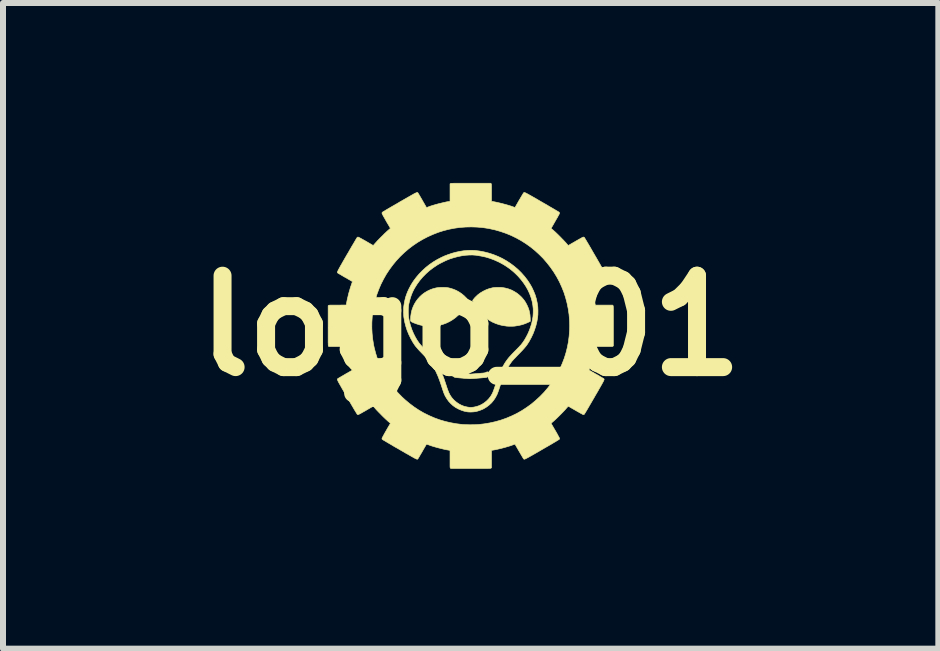
<source format=kicad_pcb>
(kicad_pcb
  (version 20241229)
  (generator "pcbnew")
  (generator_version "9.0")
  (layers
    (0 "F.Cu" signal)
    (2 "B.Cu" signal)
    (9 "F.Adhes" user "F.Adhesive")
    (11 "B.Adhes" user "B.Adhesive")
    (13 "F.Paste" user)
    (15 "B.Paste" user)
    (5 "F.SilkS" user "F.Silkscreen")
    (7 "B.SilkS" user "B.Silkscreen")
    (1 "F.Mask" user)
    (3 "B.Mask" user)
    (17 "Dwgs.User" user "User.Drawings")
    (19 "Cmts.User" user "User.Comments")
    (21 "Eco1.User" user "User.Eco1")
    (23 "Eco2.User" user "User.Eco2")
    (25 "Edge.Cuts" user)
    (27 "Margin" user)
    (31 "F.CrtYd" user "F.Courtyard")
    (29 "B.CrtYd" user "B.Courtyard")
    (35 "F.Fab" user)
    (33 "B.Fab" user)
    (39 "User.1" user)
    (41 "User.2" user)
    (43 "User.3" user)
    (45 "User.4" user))
  (footprint "logo_01"
    (layer "F.Cu")
    (at 4.797 2.381)
    (property "Reference" "logo_01" (at 0 0 0) (layer "F.SilkS") (effects (font (size 1.524 1.524) (thickness 0.3))))
    (attr through_hole)
    (fp_poly (pts (xy -0.425 -0.639) (xy -0.399 -0.637) (xy -0.373 -0.633) (xy -0.346 -0.627) (xy -0.338 -0.625) (xy -0.288 -0.609) (xy -0.24 -0.589) (xy -0.193 -0.563) (xy -0.149 -0.533) (xy -0.107 -0.498) (xy -0.069 -0.459) (xy -0.059 -0.446) (xy -0.039 -0.423) (xy -0.052 -0.393) (xy -0.079 -0.339) (xy -0.111 -0.288) (xy -0.148 -0.239) (xy -0.189 -0.193) (xy -0.206 -0.177) (xy -0.252 -0.136) (xy -0.302 -0.1) (xy -0.354 -0.069) (xy -0.409 -0.043) (xy -0.466 -0.022) (xy -0.525 -0.007) (xy -0.569 0.001) (xy -0.581 0.003) (xy -0.598 0.004) (xy -0.618 0.005) (xy -0.64 0.006) (xy -0.663 0.007) (xy -0.685 0.008) (xy -0.705 0.008) (xy -0.722 0.007) (xy -0.735 0.007) (xy -0.737 0.007) (xy -0.792 -0.001) (xy -0.848 -0.014) (xy -0.903 -0.031) (xy -0.956 -0.051) (xy -0.968 -0.057) (xy -0.982 -0.063) (xy -0.991 -0.069) (xy -0.997 -0.074) (xy -1 -0.08) (xy -1.002 -0.088) (xy -1.002 -0.099) (xy -1.002 -0.104) (xy -0.999 -0.159) (xy -0.991 -0.212) (xy -0.979 -0.263) (xy -0.961 -0.313) (xy -0.939 -0.36) (xy -0.912 -0.405) (xy -0.881 -0.447) (xy -0.847 -0.485) (xy -0.809 -0.52) (xy -0.767 -0.551) (xy -0.722 -0.578) (xy -0.674 -0.601) (xy -0.639 -0.614) (xy -0.609 -0.623) (xy -0.581 -0.63) (xy -0.553 -0.635) (xy -0.523 -0.638) (xy -0.49 -0.64) (xy -0.485 -0.64) (xy -0.453 -0.64) (xy -0.425 -0.639)) (stroke (width 0.01) (type solid)) (fill yes) (layer "F.SilkS"))
    (fp_poly (pts (xy 0.499 -0.64) (xy 0.517 -0.638) (xy 0.522 -0.638) (xy 0.576 -0.629) (xy 0.629 -0.615) (xy 0.679 -0.596) (xy 0.727 -0.571) (xy 0.772 -0.543) (xy 0.814 -0.509) (xy 0.85 -0.475) (xy 0.875 -0.446) (xy 0.897 -0.418) (xy 0.916 -0.388) (xy 0.934 -0.355) (xy 0.943 -0.337) (xy 0.96 -0.298) (xy 0.973 -0.26) (xy 0.982 -0.221) (xy 0.989 -0.181) (xy 0.992 -0.137) (xy 0.993 -0.125) (xy 0.994 -0.073) (xy 0.959 -0.057) (xy 0.911 -0.036) (xy 0.861 -0.019) (xy 0.808 -0.006) (xy 0.752 0.003) (xy 0.735 0.006) (xy 0.72 0.007) (xy 0.702 0.008) (xy 0.68 0.008) (xy 0.658 0.008) (xy 0.635 0.008) (xy 0.615 0.007) (xy 0.598 0.006) (xy 0.595 0.005) (xy 0.533 -0.004) (xy 0.474 -0.018) (xy 0.416 -0.038) (xy 0.361 -0.062) (xy 0.308 -0.092) (xy 0.259 -0.125) (xy 0.212 -0.164) (xy 0.169 -0.206) (xy 0.129 -0.252) (xy 0.094 -0.303) (xy 0.074 -0.335) (xy 0.068 -0.347) (xy 0.06 -0.361) (xy 0.053 -0.376) (xy 0.047 -0.39) (xy 0.041 -0.403) (xy 0.037 -0.413) (xy 0.034 -0.42) (xy 0.034 -0.422) (xy 0.036 -0.425) (xy 0.04 -0.432) (xy 0.048 -0.442) (xy 0.056 -0.452) (xy 0.065 -0.463) (xy 0.075 -0.474) (xy 0.08 -0.479) (xy 0.119 -0.516) (xy 0.162 -0.548) (xy 0.209 -0.576) (xy 0.258 -0.6) (xy 0.309 -0.619) (xy 0.361 -0.632) (xy 0.37 -0.634) (xy 0.386 -0.636) (xy 0.406 -0.638) (xy 0.429 -0.639) (xy 0.453 -0.64) (xy 0.477 -0.64) (xy 0.499 -0.64)) (stroke (width 0.01) (type solid)) (fill yes) (layer "F.SilkS"))
    (fp_poly (pts (xy 0.29 0.77) (xy 0.301 0.776) (xy 0.311 0.785) (xy 0.317 0.795) (xy 0.318 0.798) (xy 0.318 0.809) (xy 0.315 0.822) (xy 0.31 0.831) (xy 0.303 0.838) (xy 0.292 0.846) (xy 0.28 0.854) (xy 0.268 0.859) (xy 0.263 0.861) (xy 0.258 0.862) (xy 0.247 0.863) (xy 0.233 0.865) (xy 0.214 0.866) (xy 0.193 0.868) (xy 0.17 0.87) (xy 0.146 0.872) (xy 0.121 0.874) (xy 0.097 0.876) (xy 0.073 0.878) (xy 0.051 0.88) (xy 0.031 0.881) (xy 0.014 0.882) (xy 0.001 0.883) (xy -0.008 0.883) (xy -0.008 0.883) (xy -0.017 0.883) (xy -0.03 0.882) (xy -0.047 0.881) (xy -0.067 0.879) (xy -0.09 0.878) (xy -0.115 0.876) (xy -0.14 0.873) (xy -0.143 0.873) (xy -0.167 0.871) (xy -0.191 0.869) (xy -0.212 0.867) (xy -0.23 0.865) (xy -0.245 0.863) (xy -0.256 0.862) (xy -0.262 0.861) (xy -0.262 0.861) (xy -0.271 0.857) (xy -0.282 0.85) (xy -0.293 0.844) (xy -0.301 0.837) (xy -0.305 0.834) (xy -0.312 0.822) (xy -0.314 0.809) (xy -0.313 0.797) (xy -0.308 0.785) (xy -0.299 0.776) (xy -0.296 0.775) (xy -0.288 0.772) (xy -0.278 0.77) (xy -0.277 0.77) (xy -0.271 0.77) (xy -0.265 0.771) (xy -0.258 0.774) (xy -0.248 0.779) (xy -0.241 0.783) (xy -0.238 0.784) (xy -0.231 0.785) (xy -0.222 0.787) (xy -0.209 0.788) (xy -0.192 0.79) (xy -0.17 0.792) (xy -0.144 0.795) (xy -0.117 0.797) (xy -0.001 0.806) (xy 0.12 0.796) (xy 0.15 0.794) (xy 0.174 0.791) (xy 0.194 0.79) (xy 0.21 0.788) (xy 0.222 0.787) (xy 0.232 0.785) (xy 0.239 0.784) (xy 0.243 0.783) (xy 0.247 0.782) (xy 0.25 0.78) (xy 0.25 0.78) (xy 0.265 0.772) (xy 0.28 0.769) (xy 0.29 0.77)) (stroke (width 0.01) (type solid)) (fill yes) (layer "F.SilkS"))
    (fp_poly (pts (xy 0.063 -1.256) (xy 0.066 -1.256) (xy 0.147 -1.246) (xy 0.226 -1.231) (xy 0.304 -1.211) (xy 0.381 -1.186) (xy 0.455 -1.156) (xy 0.527 -1.122) (xy 0.597 -1.082) (xy 0.663 -1.039) (xy 0.727 -0.991) (xy 0.787 -0.94) (xy 0.844 -0.884) (xy 0.896 -0.825) (xy 0.942 -0.766) (xy 0.983 -0.705) (xy 1.019 -0.643) (xy 1.049 -0.579) (xy 1.075 -0.515) (xy 1.095 -0.449) (xy 1.109 -0.383) (xy 1.119 -0.317) (xy 1.122 -0.251) (xy 1.121 -0.184) (xy 1.116 -0.138) (xy 1.105 -0.072) (xy 1.089 -0.006) (xy 1.068 0.061) (xy 1.043 0.127) (xy 1.013 0.192) (xy 0.979 0.254) (xy 0.972 0.267) (xy 0.96 0.285) (xy 0.949 0.303) (xy 0.938 0.319) (xy 0.926 0.335) (xy 0.913 0.351) (xy 0.899 0.368) (xy 0.883 0.386) (xy 0.865 0.406) (xy 0.844 0.428) (xy 0.82 0.453) (xy 0.793 0.481) (xy 0.786 0.488) (xy 0.768 0.507) (xy 0.75 0.526) (xy 0.733 0.544) (xy 0.717 0.56) (xy 0.704 0.575) (xy 0.694 0.586) (xy 0.686 0.595) (xy 0.686 0.595) (xy 0.649 0.648) (xy 0.614 0.704) (xy 0.587 0.755) (xy 0.572 0.785) (xy 0.559 0.815) (xy 0.546 0.846) (xy 0.534 0.878) (xy 0.521 0.913) (xy 0.508 0.951) (xy 0.498 0.979) (xy 0.488 1.011) (xy 0.479 1.037) (xy 0.472 1.06) (xy 0.465 1.079) (xy 0.46 1.094) (xy 0.455 1.107) (xy 0.451 1.118) (xy 0.447 1.128) (xy 0.444 1.137) (xy 0.44 1.145) (xy 0.436 1.154) (xy 0.41 1.202) (xy 0.381 1.245) (xy 0.348 1.285) (xy 0.31 1.32) (xy 0.269 1.352) (xy 0.223 1.38) (xy 0.207 1.389) (xy 0.186 1.398) (xy 0.161 1.408) (xy 0.135 1.417) (xy 0.109 1.425) (xy 0.085 1.431) (xy 0.076 1.432) (xy 0.056 1.435) (xy 0.033 1.437) (xy 0.009 1.438) (xy -0.016 1.438) (xy -0.038 1.437) (xy -0.056 1.435) (xy -0.057 1.435) (xy -0.11 1.424) (xy -0.16 1.407) (xy -0.208 1.386) (xy -0.253 1.361) (xy -0.295 1.331) (xy -0.333 1.296) (xy -0.368 1.258) (xy -0.398 1.216) (xy -0.425 1.171) (xy -0.438 1.142) (xy -0.443 1.13) (xy -0.45 1.114) (xy -0.456 1.095) (xy -0.463 1.075) (xy -0.47 1.056) (xy -0.47 1.055) (xy -0.484 1.011) (xy -0.497 0.972) (xy -0.509 0.937) (xy -0.52 0.906) (xy -0.531 0.877) (xy -0.541 0.851) (xy -0.551 0.827) (xy -0.561 0.805) (xy -0.571 0.783) (xy -0.581 0.761) (xy -0.588 0.746) (xy -0.603 0.719) (xy -0.616 0.694) (xy -0.63 0.671) (xy -0.644 0.649) (xy -0.658 0.628) (xy -0.674 0.607) (xy -0.692 0.586) (xy -0.712 0.563) (xy -0.735 0.538) (xy -0.762 0.51) (xy -0.785 0.487) (xy -0.813 0.458) (xy -0.837 0.433) (xy -0.859 0.41) (xy -0.877 0.39) (xy -0.893 0.371) (xy -0.908 0.354) (xy -0.921 0.338) (xy -0.933 0.322) (xy -0.944 0.305) (xy -0.955 0.288) (xy -0.965 0.273) (xy -1 0.21) (xy -1.032 0.144) (xy -1.06 0.076) (xy -1.082 0.007) (xy -1.1 -0.063) (xy -1.112 -0.132) (xy -1.114 -0.143) (xy -1.116 -0.162) (xy -1.117 -0.184) (xy -1.118 -0.21) (xy -1.119 -0.236) (xy -1.118 -0.243) (xy -1.04 -0.243) (xy -1.04 -0.215) (xy -1.039 -0.189) (xy -1.037 -0.165) (xy -1.035 -0.146) (xy -1.035 -0.141) (xy -1.022 -0.072) (xy -1.003 -0.003) (xy -0.98 0.065) (xy -0.952 0.131) (xy -0.92 0.194) (xy -0.898 0.231) (xy -0.888 0.248) (xy -0.877 0.263) (xy -0.867 0.278) (xy -0.856 0.293) (xy -0.844 0.307) (xy -0.831 0.323) (xy -0.815 0.34) (xy -0.798 0.359) (xy -0.777 0.381) (xy -0.753 0.406) (xy -0.741 0.418) (xy -0.717 0.442) (xy -0.697 0.462) (xy -0.68 0.48) (xy -0.665 0.496) (xy -0.653 0.509) (xy -0.642 0.521) (xy -0.633 0.532) (xy -0.624 0.543) (xy -0.615 0.555) (xy -0.606 0.566) (xy -0.583 0.599) (xy -0.561 0.633) (xy -0.54 0.668) (xy -0.52 0.706) (xy -0.5 0.746) (xy -0.481 0.79) (xy -0.462 0.837) (xy -0.443 0.888) (xy -0.424 0.945) (xy -0.416 0.969) (xy -0.405 1.002) (xy -0.396 1.03) (xy -0.388 1.053) (xy -0.381 1.073) (xy -0.374 1.09) (xy -0.368 1.105) (xy -0.363 1.118) (xy -0.357 1.129) (xy -0.351 1.14) (xy -0.348 1.147) (xy -0.33 1.177) (xy -0.31 1.204) (xy -0.287 1.23) (xy -0.271 1.246) (xy -0.234 1.277) (xy -0.194 1.304) (xy -0.152 1.326) (xy -0.108 1.343) (xy -0.061 1.354) (xy -0.024 1.36) (xy -0.01 1.361) (xy 0.002 1.361) (xy 0.015 1.361) (xy 0.03 1.359) (xy 0.049 1.357) (xy 0.055 1.356) (xy 0.1 1.346) (xy 0.144 1.331) (xy 0.186 1.311) (xy 0.225 1.286) (xy 0.262 1.257) (xy 0.296 1.224) (xy 0.326 1.187) (xy 0.335 1.174) (xy 0.342 1.163) (xy 0.348 1.152) (xy 0.354 1.142) (xy 0.36 1.131) (xy 0.366 1.118) (xy 0.372 1.105) (xy 0.378 1.088) (xy 0.385 1.07) (xy 0.393 1.048) (xy 0.402 1.022) (xy 0.412 0.991) (xy 0.423 0.956) (xy 0.423 0.955) (xy 0.444 0.896) (xy 0.464 0.841) (xy 0.484 0.791) (xy 0.504 0.745) (xy 0.525 0.702) (xy 0.547 0.662) (xy 0.569 0.624) (xy 0.577 0.612) (xy 0.589 0.594) (xy 0.6 0.579) (xy 0.611 0.564) (xy 0.622 0.549) (xy 0.635 0.533) (xy 0.649 0.517) (xy 0.665 0.5) (xy 0.683 0.48) (xy 0.704 0.458) (xy 0.728 0.433) (xy 0.745 0.416) (xy 0.763 0.398) (xy 0.78 0.381) (xy 0.796 0.364) (xy 0.81 0.35) (xy 0.821 0.337) (xy 0.83 0.328) (xy 0.836 0.322) (xy 0.868 0.281) (xy 0.899 0.235) (xy 0.927 0.186) (xy 0.954 0.133) (xy 0.978 0.078) (xy 0.998 0.022) (xy 1.016 -0.035) (xy 1.028 -0.089) (xy 1.039 -0.153) (xy 1.043 -0.217) (xy 1.043 -0.281) (xy 1.036 -0.345) (xy 1.024 -0.409) (xy 1.006 -0.472) (xy 0.983 -0.534) (xy 0.98 -0.541) (xy 0.953 -0.599) (xy 0.92 -0.657) (xy 0.882 -0.714) (xy 0.84 -0.769) (xy 0.794 -0.822) (xy 0.744 -0.872) (xy 0.71 -0.903) (xy 0.659 -0.945) (xy 0.607 -0.982) (xy 0.553 -1.017) (xy 0.495 -1.049) (xy 0.466 -1.064) (xy 0.395 -1.096) (xy 0.324 -1.123) (xy 0.251 -1.145) (xy 0.177 -1.161) (xy 0.1 -1.174) (xy 0.085 -1.176) (xy 0.03 -1.18) (xy -0.028 -1.179) (xy -0.088 -1.175) (xy -0.151 -1.166) (xy -0.214 -1.153) (xy -0.278 -1.136) (xy -0.342 -1.116) (xy -0.382 -1.1) (xy -0.402 -1.092) (xy -0.424 -1.082) (xy -0.449 -1.07) (xy -0.475 -1.057) (xy -0.501 -1.044) (xy -0.525 -1.031) (xy -0.546 -1.019) (xy -0.559 -1.011) (xy -0.625 -0.967) (xy -0.688 -0.919) (xy -0.746 -0.867) (xy -0.8 -0.812) (xy -0.85 -0.753) (xy -0.895 -0.691) (xy -0.935 -0.627) (xy -0.945 -0.609) (xy -0.967 -0.565) (xy -0.987 -0.517) (xy -1.004 -0.467) (xy -1.019 -0.414) (xy -1.031 -0.362) (xy -1.035 -0.337) (xy -1.037 -0.318) (xy -1.039 -0.295) (xy -1.04 -0.27) (xy -1.04 -0.243) (xy -1.118 -0.243) (xy -1.118 -0.262) (xy -1.118 -0.286) (xy -1.117 -0.307) (xy -1.115 -0.325) (xy -1.107 -0.377) (xy -1.097 -0.426) (xy -1.086 -0.472) (xy -1.071 -0.516) (xy -1.054 -0.561) (xy -1.033 -0.607) (xy -1.027 -0.619) (xy -0.993 -0.683) (xy -0.953 -0.746) (xy -0.909 -0.805) (xy -0.86 -0.863) (xy -0.807 -0.917) (xy -0.751 -0.969) (xy -0.691 -1.017) (xy -0.628 -1.061) (xy -0.562 -1.101) (xy -0.493 -1.137) (xy -0.442 -1.161) (xy -0.377 -1.186) (xy -0.312 -1.208) (xy -0.247 -1.226) (xy -0.181 -1.24) (xy -0.117 -1.25) (xy -0.055 -1.256) (xy 0.005 -1.258) (xy 0.063 -1.256)) (stroke (width 0.01) (type solid)) (fill yes) (layer "F.SilkS"))
    (fp_poly (pts (xy 0.341 -2.369) (xy 0.343 -2.367) (xy 0.344 -2.365) (xy 0.345 -2.362) (xy 0.345 -2.358) (xy 0.346 -2.352) (xy 0.346 -2.344) (xy 0.347 -2.333) (xy 0.347 -2.319) (xy 0.347 -2.302) (xy 0.347 -2.28) (xy 0.347 -2.253) (xy 0.347 -2.222) (xy 0.347 -2.075) (xy 0.397 -2.066) (xy 0.441 -2.057) (xy 0.488 -2.046) (xy 0.536 -2.034) (xy 0.584 -2.021) (xy 0.631 -2.008) (xy 0.675 -1.994) (xy 0.709 -1.982) (xy 0.739 -1.971) (xy 0.807 -2.09) (xy 0.821 -2.113) (xy 0.834 -2.136) (xy 0.847 -2.157) (xy 0.857 -2.175) (xy 0.867 -2.191) (xy 0.874 -2.203) (xy 0.88 -2.211) (xy 0.882 -2.215) (xy 0.882 -2.215) (xy 0.884 -2.218) (xy 0.886 -2.219) (xy 0.889 -2.221) (xy 0.891 -2.222) (xy 0.894 -2.222) (xy 0.899 -2.221) (xy 0.904 -2.219) (xy 0.911 -2.217) (xy 0.92 -2.213) (xy 0.931 -2.207) (xy 0.945 -2.2) (xy 0.96 -2.192) (xy 0.979 -2.181) (xy 1.001 -2.169) (xy 1.027 -2.154) (xy 1.056 -2.138) (xy 1.089 -2.119) (xy 1.126 -2.097) (xy 1.167 -2.073) (xy 1.19 -2.06) (xy 1.226 -2.039) (xy 1.262 -2.019) (xy 1.295 -1.999) (xy 1.327 -1.98) (xy 1.357 -1.963) (xy 1.384 -1.947) (xy 1.408 -1.933) (xy 1.429 -1.92) (xy 1.447 -1.91) (xy 1.46 -1.902) (xy 1.47 -1.896) (xy 1.475 -1.892) (xy 1.476 -1.892) (xy 1.48 -1.884) (xy 1.481 -1.876) (xy 1.481 -1.874) (xy 1.479 -1.869) (xy 1.475 -1.86) (xy 1.468 -1.847) (xy 1.458 -1.829) (xy 1.446 -1.806) (xy 1.43 -1.779) (xy 1.412 -1.748) (xy 1.391 -1.711) (xy 1.368 -1.67) (xy 1.347 -1.635) (xy 1.34 -1.623) (xy 1.378 -1.592) (xy 1.393 -1.578) (xy 1.411 -1.562) (xy 1.431 -1.543) (xy 1.453 -1.522) (xy 1.476 -1.499) (xy 1.499 -1.476) (xy 1.521 -1.453) (xy 1.543 -1.431) (xy 1.562 -1.41) (xy 1.579 -1.392) (xy 1.593 -1.377) (xy 1.594 -1.375) (xy 1.626 -1.338) (xy 1.638 -1.344) (xy 1.682 -1.37) (xy 1.721 -1.392) (xy 1.755 -1.412) (xy 1.785 -1.429) (xy 1.811 -1.444) (xy 1.832 -1.455) (xy 1.849 -1.465) (xy 1.862 -1.472) (xy 1.871 -1.476) (xy 1.876 -1.478) (xy 1.877 -1.478) (xy 1.886 -1.478) (xy 1.893 -1.474) (xy 1.895 -1.473) (xy 1.897 -1.47) (xy 1.902 -1.462) (xy 1.909 -1.45) (xy 1.919 -1.433) (xy 1.931 -1.414) (xy 1.944 -1.391) (xy 1.96 -1.365) (xy 1.977 -1.336) (xy 1.995 -1.305) (xy 2.014 -1.272) (xy 2.034 -1.237) (xy 2.055 -1.201) (xy 2.063 -1.187) (xy 2.089 -1.143) (xy 2.112 -1.103) (xy 2.132 -1.068) (xy 2.15 -1.037) (xy 2.165 -1.01) (xy 2.179 -0.986) (xy 2.19 -0.966) (xy 2.2 -0.949) (xy 2.207 -0.934) (xy 2.214 -0.922) (xy 2.218 -0.912) (xy 2.222 -0.904) (xy 2.224 -0.898) (xy 2.225 -0.893) (xy 2.225 -0.889) (xy 2.224 -0.887) (xy 2.223 -0.884) (xy 2.221 -0.882) (xy 2.219 -0.88) (xy 2.218 -0.879) (xy 2.214 -0.877) (xy 2.206 -0.871) (xy 2.194 -0.864) (xy 2.178 -0.855) (xy 2.16 -0.844) (xy 2.139 -0.832) (xy 2.117 -0.819) (xy 2.093 -0.805) (xy 2.092 -0.805) (xy 1.973 -0.736) (xy 1.983 -0.71) (xy 1.995 -0.678) (xy 2.007 -0.641) (xy 2.019 -0.6) (xy 2.031 -0.558) (xy 2.042 -0.515) (xy 2.052 -0.472) (xy 2.062 -0.431) (xy 2.069 -0.394) (xy 2.078 -0.344) (xy 2.367 -0.344) (xy 2.373 -0.337) (xy 2.374 -0.336) (xy 2.375 -0.334) (xy 2.376 -0.332) (xy 2.376 -0.33) (xy 2.377 -0.326) (xy 2.377 -0.321) (xy 2.378 -0.314) (xy 2.378 -0.305) (xy 2.378 -0.294) (xy 2.379 -0.28) (xy 2.379 -0.263) (xy 2.379 -0.243) (xy 2.379 -0.219) (xy 2.379 -0.192) (xy 2.379 -0.16) (xy 2.379 -0.124) (xy 2.379 -0.083) (xy 2.379 -0.036) (xy 2.379 0.003) (xy 2.379 0.335) (xy 2.372 0.341) (xy 2.37 0.343) (xy 2.368 0.344) (xy 2.365 0.345) (xy 2.361 0.345) (xy 2.355 0.346) (xy 2.347 0.346) (xy 2.336 0.347) (xy 2.322 0.347) (xy 2.304 0.347) (xy 2.283 0.347) (xy 2.256 0.347) (xy 2.225 0.347) (xy 2.078 0.347) (xy 2.069 0.397) (xy 2.06 0.442) (xy 2.049 0.489) (xy 2.037 0.537) (xy 2.024 0.586) (xy 2.01 0.632) (xy 1.996 0.676) (xy 1.984 0.709) (xy 1.973 0.739) (xy 2.092 0.808) (xy 2.116 0.821) (xy 2.139 0.834) (xy 2.159 0.847) (xy 2.178 0.858) (xy 2.193 0.867) (xy 2.206 0.874) (xy 2.214 0.879) (xy 2.218 0.882) (xy 2.218 0.882) (xy 2.22 0.884) (xy 2.222 0.886) (xy 2.224 0.888) (xy 2.225 0.891) (xy 2.225 0.894) (xy 2.224 0.898) (xy 2.223 0.903) (xy 2.22 0.91) (xy 2.216 0.919) (xy 2.211 0.93) (xy 2.204 0.943) (xy 2.195 0.959) (xy 2.185 0.978) (xy 2.172 1) (xy 2.158 1.025) (xy 2.141 1.054) (xy 2.123 1.087) (xy 2.101 1.124) (xy 2.077 1.165) (xy 2.063 1.19) (xy 2.042 1.226) (xy 2.021 1.262) (xy 2.002 1.295) (xy 1.983 1.327) (xy 1.966 1.357) (xy 1.95 1.384) (xy 1.936 1.408) (xy 1.923 1.429) (xy 1.913 1.447) (xy 1.904 1.46) (xy 1.898 1.47) (xy 1.895 1.475) (xy 1.894 1.476) (xy 1.887 1.48) (xy 1.879 1.481) (xy 1.877 1.481) (xy 1.872 1.479) (xy 1.862 1.475) (xy 1.849 1.467) (xy 1.831 1.458) (xy 1.809 1.445) (xy 1.783 1.431) (xy 1.754 1.414) (xy 1.747 1.41) (xy 1.627 1.341) (xy 1.619 1.35) (xy 1.614 1.355) (xy 1.607 1.363) (xy 1.597 1.374) (xy 1.586 1.387) (xy 1.574 1.401) (xy 1.573 1.402) (xy 1.555 1.421) (xy 1.534 1.443) (xy 1.511 1.467) (xy 1.486 1.492) (xy 1.461 1.517) (xy 1.436 1.541) (xy 1.412 1.564) (xy 1.391 1.583) (xy 1.378 1.594) (xy 1.341 1.626) (xy 1.347 1.638) (xy 1.373 1.683) (xy 1.396 1.723) (xy 1.417 1.758) (xy 1.434 1.788) (xy 1.449 1.814) (xy 1.46 1.836) (xy 1.47 1.853) (xy 1.476 1.865) (xy 1.48 1.874) (xy 1.481 1.877) (xy 1.481 1.886) (xy 1.477 1.893) (xy 1.476 1.895) (xy 1.472 1.897) (xy 1.464 1.902) (xy 1.452 1.909) (xy 1.436 1.919) (xy 1.417 1.931) (xy 1.394 1.944) (xy 1.368 1.96) (xy 1.339 1.977) (xy 1.308 1.995) (xy 1.275 2.014) (xy 1.24 2.034) (xy 1.204 2.055) (xy 1.19 2.063) (xy 1.146 2.089) (xy 1.106 2.112) (xy 1.071 2.132) (xy 1.04 2.15) (xy 1.013 2.165) (xy 0.99 2.178) (xy 0.969 2.19) (xy 0.952 2.199) (xy 0.937 2.207) (xy 0.925 2.213) (xy 0.916 2.218) (xy 0.908 2.221) (xy 0.901 2.224) (xy 0.896 2.225) (xy 0.893 2.225) (xy 0.89 2.224) (xy 0.887 2.223) (xy 0.885 2.221) (xy 0.883 2.219) (xy 0.882 2.218) (xy 0.879 2.214) (xy 0.874 2.206) (xy 0.867 2.194) (xy 0.858 2.179) (xy 0.847 2.16) (xy 0.835 2.14) (xy 0.822 2.117) (xy 0.808 2.093) (xy 0.807 2.092) (xy 0.739 1.974) (xy 0.709 1.984) (xy 0.665 2) (xy 0.618 2.014) (xy 0.568 2.029) (xy 0.518 2.042) (xy 0.468 2.054) (xy 0.42 2.065) (xy 0.375 2.073) (xy 0.368 2.074) (xy 0.347 2.078) (xy 0.347 2.367) (xy 0.34 2.373) (xy 0.339 2.374) (xy 0.337 2.375) (xy 0.335 2.376) (xy 0.333 2.376) (xy 0.329 2.377) (xy 0.324 2.377) (xy 0.317 2.378) (xy 0.308 2.378) (xy 0.297 2.378) (xy 0.283 2.379) (xy 0.266 2.379) (xy 0.246 2.379) (xy 0.222 2.379) (xy 0.194 2.379) (xy 0.163 2.379) (xy 0.126 2.379) (xy 0.085 2.379) (xy 0.039 2.379) (xy -0.000176 2.379) (xy -0.333 2.379) (xy -0.338 2.372) (xy -0.34 2.37) (xy -0.341 2.368) (xy -0.342 2.365) (xy -0.343 2.361) (xy -0.343 2.355) (xy -0.344 2.347) (xy -0.344 2.336) (xy -0.344 2.322) (xy -0.344 2.304) (xy -0.344 2.283) (xy -0.344 2.256) (xy -0.344 2.225) (xy -0.344 2.078) (xy -0.365 2.074) (xy -0.407 2.067) (xy -0.453 2.057) (xy -0.501 2.045) (xy -0.55 2.033) (xy -0.599 2.019) (xy -0.646 2.005) (xy -0.689 1.99) (xy -0.717 1.98) (xy -0.736 1.973) (xy -0.805 2.092) (xy -0.818 2.116) (xy -0.832 2.138) (xy -0.844 2.159) (xy -0.855 2.178) (xy -0.864 2.193) (xy -0.871 2.205) (xy -0.877 2.214) (xy -0.879 2.218) (xy -0.879 2.218) (xy -0.881 2.22) (xy -0.883 2.222) (xy -0.885 2.224) (xy -0.888 2.225) (xy -0.891 2.225) (xy -0.895 2.224) (xy -0.901 2.223) (xy -0.908 2.22) (xy -0.916 2.216) (xy -0.927 2.211) (xy -0.941 2.204) (xy -0.956 2.195) (xy -0.975 2.185) (xy -0.997 2.172) (xy -1.022 2.158) (xy -1.051 2.141) (xy -1.084 2.123) (xy -1.121 2.101) (xy -1.163 2.077) (xy -1.187 2.063) (xy -1.223 2.042) (xy -1.259 2.022) (xy -1.293 2.002) (xy -1.324 1.983) (xy -1.354 1.966) (xy -1.381 1.95) (xy -1.405 1.936) (xy -1.426 1.923) (xy -1.444 1.913) (xy -1.458 1.904) (xy -1.467 1.899) (xy -1.472 1.895) (xy -1.473 1.895) (xy -1.478 1.887) (xy -1.478 1.879) (xy -1.478 1.877) (xy -1.476 1.872) (xy -1.472 1.863) (xy -1.465 1.85) (xy -1.455 1.832) (xy -1.443 1.809) (xy -1.428 1.782) (xy -1.41 1.751) (xy -1.389 1.714) (xy -1.365 1.673) (xy -1.344 1.638) (xy -1.338 1.626) (xy -1.378 1.592) (xy -1.395 1.576) (xy -1.416 1.557) (xy -1.438 1.536) (xy -1.462 1.513) (xy -1.486 1.489) (xy -1.51 1.464) (xy -1.534 1.44) (xy -1.555 1.418) (xy -1.574 1.398) (xy -1.589 1.381) (xy -1.624 1.34) (xy -1.635 1.347) (xy -1.68 1.373) (xy -1.72 1.396) (xy -1.755 1.417) (xy -1.786 1.434) (xy -1.812 1.449) (xy -1.833 1.461) (xy -1.85 1.47) (xy -1.863 1.476) (xy -1.871 1.48) (xy -1.874 1.481) (xy -1.883 1.481) (xy -1.89 1.477) (xy -1.892 1.476) (xy -1.894 1.472) (xy -1.899 1.464) (xy -1.907 1.452) (xy -1.916 1.436) (xy -1.928 1.417) (xy -1.942 1.394) (xy -1.957 1.368) (xy -1.974 1.339) (xy -1.992 1.308) (xy -2.011 1.275) (xy -2.031 1.24) (xy -2.052 1.204) (xy -2.061 1.19) (xy -2.086 1.146) (xy -2.109 1.106) (xy -2.129 1.071) (xy -2.147 1.04) (xy -2.162 1.013) (xy -2.176 0.989) (xy -2.187 0.969) (xy -2.197 0.952) (xy -2.205 0.937) (xy -2.211 0.925) (xy -2.215 0.915) (xy -2.219 0.907) (xy -2.221 0.901) (xy -2.222 0.896) (xy -2.222 0.892) (xy -2.222 0.889) (xy -2.22 0.887) (xy -2.219 0.885) (xy -2.216 0.883) (xy -2.215 0.882) (xy -2.211 0.879) (xy -2.203 0.874) (xy -2.191 0.867) (xy -2.175 0.858) (xy -2.157 0.847) (xy -2.136 0.835) (xy -2.114 0.822) (xy -2.09 0.808) (xy -2.089 0.807) (xy -1.97 0.739) (xy -1.977 0.721) (xy -1.992 0.679) (xy -2.007 0.632) (xy -2.022 0.582) (xy -2.036 0.531) (xy -2.048 0.48) (xy -2.059 0.43) (xy -2.067 0.391) (xy -2.07 0.377) (xy -2.072 0.365) (xy -2.074 0.356) (xy -2.074 0.35) (xy -2.074 0.35) (xy -2.077 0.349) (xy -2.085 0.349) (xy -2.098 0.348) (xy -2.116 0.348) (xy -2.138 0.348) (xy -2.164 0.347) (xy -2.194 0.347) (xy -2.219 0.347) (xy -2.365 0.347) (xy -2.37 0.34) (xy -2.371 0.339) (xy -2.372 0.337) (xy -2.373 0.335) (xy -2.373 0.333) (xy -2.374 0.329) (xy -2.374 0.324) (xy -2.375 0.317) (xy -2.375 0.308) (xy -2.375 0.297) (xy -2.376 0.283) (xy -2.376 0.266) (xy -2.376 0.246) (xy -2.376 0.222) (xy -2.376 0.194) (xy -2.376 0.163) (xy -2.376 0.126) (xy -2.376 0.085) (xy -2.376 0.039) (xy -2.376 0.036) (xy -1.648 0.036) (xy -1.643 0.131) (xy -1.633 0.225) (xy -1.618 0.319) (xy -1.607 0.37) (xy -1.583 0.462) (xy -1.554 0.553) (xy -1.519 0.642) (xy -1.48 0.728) (xy -1.435 0.812) (xy -1.386 0.894) (xy -1.332 0.972) (xy -1.274 1.047) (xy -1.211 1.119) (xy -1.144 1.188) (xy -1.095 1.233) (xy -1.02 1.296) (xy -0.943 1.354) (xy -0.863 1.407) (xy -0.78 1.455) (xy -0.695 1.497) (xy -0.608 1.535) (xy -0.518 1.568) (xy -0.426 1.595) (xy -0.332 1.617) (xy -0.236 1.634) (xy -0.138 1.646) (xy -0.126 1.647) (xy -0.101 1.648) (xy -0.073 1.649) (xy -0.041 1.65) (xy -0.008 1.651) (xy 0.026 1.65) (xy 0.058 1.65) (xy 0.089 1.649) (xy 0.115 1.647) (xy 0.124 1.647) (xy 0.222 1.636) (xy 0.319 1.62) (xy 0.413 1.599) (xy 0.505 1.573) (xy 0.595 1.541) (xy 0.683 1.504) (xy 0.768 1.463) (xy 0.851 1.416) (xy 0.931 1.364) (xy 1.009 1.308) (xy 1.083 1.246) (xy 1.155 1.18) (xy 1.158 1.177) (xy 1.225 1.108) (xy 1.287 1.035) (xy 1.345 0.959) (xy 1.398 0.881) (xy 1.446 0.799) (xy 1.489 0.715) (xy 1.527 0.629) (xy 1.561 0.541) (xy 1.589 0.451) (xy 1.612 0.359) (xy 1.63 0.266) (xy 1.642 0.171) (xy 1.649 0.075) (xy 1.651 0.001) (xy 1.648 -0.094) (xy 1.64 -0.19) (xy 1.626 -0.284) (xy 1.607 -0.377) (xy 1.583 -0.469) (xy 1.554 -0.559) (xy 1.519 -0.646) (xy 1.48 -0.732) (xy 1.436 -0.814) (xy 1.385 -0.897) (xy 1.33 -0.976) (xy 1.271 -1.051) (xy 1.209 -1.123) (xy 1.142 -1.19) (xy 1.072 -1.254) (xy 0.999 -1.313) (xy 0.922 -1.368) (xy 0.843 -1.418) (xy 0.76 -1.464) (xy 0.676 -1.505) (xy 0.588 -1.541) (xy 0.498 -1.572) (xy 0.407 -1.598) (xy 0.313 -1.619) (xy 0.292 -1.623) (xy 0.199 -1.637) (xy 0.105 -1.645) (xy 0.01 -1.648) (xy -0.084 -1.646) (xy -0.179 -1.639) (xy -0.272 -1.626) (xy -0.364 -1.608) (xy -0.45 -1.586) (xy -0.542 -1.557) (xy -0.631 -1.522) (xy -0.718 -1.483) (xy -0.802 -1.439) (xy -0.883 -1.391) (xy -0.961 -1.338) (xy -1.036 -1.281) (xy -1.107 -1.22) (xy -1.175 -1.155) (xy -1.239 -1.086) (xy -1.299 -1.013) (xy -1.355 -0.937) (xy -1.407 -0.858) (xy -1.454 -0.775) (xy -1.497 -0.69) (xy -1.53 -0.612) (xy -1.563 -0.524) (xy -1.59 -0.433) (xy -1.613 -0.341) (xy -1.629 -0.248) (xy -1.641 -0.154) (xy -1.647 -0.059) (xy -1.648 0.036) (xy -2.376 0.036) (xy -2.376 -0.333) (xy -2.369 -0.338) (xy -2.367 -0.34) (xy -2.365 -0.341) (xy -2.362 -0.342) (xy -2.358 -0.343) (xy -2.352 -0.343) (xy -2.344 -0.344) (xy -2.333 -0.344) (xy -2.319 -0.344) (xy -2.302 -0.344) (xy -2.28 -0.344) (xy -2.254 -0.344) (xy -2.222 -0.344) (xy -2.218 -0.344) (xy -2.186 -0.344) (xy -2.157 -0.345) (xy -2.132 -0.345) (xy -2.111 -0.345) (xy -2.095 -0.345) (xy -2.083 -0.346) (xy -2.076 -0.346) (xy -2.074 -0.347) (xy -2.074 -0.351) (xy -2.073 -0.359) (xy -2.071 -0.37) (xy -2.068 -0.384) (xy -2.067 -0.389) (xy -2.058 -0.436) (xy -2.046 -0.486) (xy -2.034 -0.537) (xy -2.019 -0.588) (xy -2.005 -0.637) (xy -1.989 -0.684) (xy -1.977 -0.719) (xy -1.97 -0.736) (xy -2.089 -0.805) (xy -2.113 -0.818) (xy -2.136 -0.832) (xy -2.156 -0.844) (xy -2.175 -0.855) (xy -2.19 -0.864) (xy -2.203 -0.871) (xy -2.211 -0.877) (xy -2.215 -0.879) (xy -2.215 -0.879) (xy -2.217 -0.881) (xy -2.219 -0.883) (xy -2.221 -0.885) (xy -2.222 -0.888) (xy -2.222 -0.891) (xy -2.222 -0.895) (xy -2.22 -0.901) (xy -2.217 -0.908) (xy -2.213 -0.916) (xy -2.208 -0.927) (xy -2.201 -0.941) (xy -2.192 -0.956) (xy -2.182 -0.975) (xy -2.17 -0.997) (xy -2.155 -1.022) (xy -2.139 -1.051) (xy -2.12 -1.084) (xy -2.099 -1.121) (xy -2.075 -1.162) (xy -2.061 -1.187) (xy -2.039 -1.223) (xy -2.019 -1.259) (xy -1.999 -1.293) (xy -1.981 -1.324) (xy -1.963 -1.354) (xy -1.947 -1.381) (xy -1.933 -1.405) (xy -1.921 -1.426) (xy -1.91 -1.444) (xy -1.902 -1.458) (xy -1.896 -1.467) (xy -1.892 -1.472) (xy -1.892 -1.473) (xy -1.884 -1.478) (xy -1.876 -1.478) (xy -1.874 -1.478) (xy -1.869 -1.476) (xy -1.86 -1.472) (xy -1.847 -1.465) (xy -1.829 -1.455) (xy -1.807 -1.443) (xy -1.78 -1.428) (xy -1.748 -1.41) (xy -1.712 -1.389) (xy -1.671 -1.365) (xy -1.635 -1.344) (xy -1.624 -1.338) (xy -1.589 -1.378) (xy -1.573 -1.395) (xy -1.555 -1.416) (xy -1.533 -1.438) (xy -1.51 -1.462) (xy -1.486 -1.486) (xy -1.461 -1.51) (xy -1.438 -1.534) (xy -1.415 -1.555) (xy -1.395 -1.574) (xy -1.378 -1.589) (xy -1.338 -1.624) (xy -1.344 -1.635) (xy -1.37 -1.68) (xy -1.394 -1.72) (xy -1.414 -1.755) (xy -1.431 -1.786) (xy -1.446 -1.812) (xy -1.458 -1.833) (xy -1.467 -1.85) (xy -1.473 -1.863) (xy -1.477 -1.871) (xy -1.478 -1.874) (xy -1.478 -1.883) (xy -1.474 -1.89) (xy -1.473 -1.892) (xy -1.47 -1.894) (xy -1.462 -1.899) (xy -1.45 -1.907) (xy -1.433 -1.916) (xy -1.414 -1.928) (xy -1.391 -1.942) (xy -1.365 -1.957) (xy -1.336 -1.974) (xy -1.305 -1.992) (xy -1.272 -2.011) (xy -1.237 -2.031) (xy -1.201 -2.052) (xy -1.187 -2.061) (xy -1.143 -2.086) (xy -1.103 -2.109) (xy -1.068 -2.129) (xy -1.037 -2.147) (xy -1.01 -2.162) (xy -0.986 -2.176) (xy -0.966 -2.187) (xy -0.949 -2.197) (xy -0.934 -2.205) (xy -0.922 -2.211) (xy -0.912 -2.215) (xy -0.904 -2.219) (xy -0.898 -2.221) (xy -0.893 -2.222) (xy -0.889 -2.222) (xy -0.887 -2.222) (xy -0.884 -2.22) (xy -0.882 -2.219) (xy -0.88 -2.216) (xy -0.879 -2.215) (xy -0.877 -2.211) (xy -0.871 -2.203) (xy -0.864 -2.191) (xy -0.855 -2.175) (xy -0.844 -2.157) (xy -0.832 -2.136) (xy -0.819 -2.114) (xy -0.805 -2.09) (xy -0.805 -2.089) (xy -0.736 -1.97) (xy -0.717 -1.977) (xy -0.678 -1.992) (xy -0.634 -2.006) (xy -0.587 -2.02) (xy -0.539 -2.033) (xy -0.49 -2.045) (xy -0.443 -2.056) (xy -0.398 -2.066) (xy -0.365 -2.071) (xy -0.344 -2.075) (xy -0.344 -2.365) (xy -0.337 -2.37) (xy -0.336 -2.371) (xy -0.334 -2.372) (xy -0.332 -2.373) (xy -0.33 -2.373) (xy -0.326 -2.374) (xy -0.321 -2.374) (xy -0.314 -2.375) (xy -0.305 -2.375) (xy -0.294 -2.375) (xy -0.28 -2.376) (xy -0.263 -2.376) (xy -0.243 -2.376) (xy -0.219 -2.376) (xy -0.192 -2.376) (xy -0.16 -2.376) (xy -0.124 -2.376) (xy -0.083 -2.376) (xy -0.036 -2.376) (xy 0.335 -2.376) (xy 0.341 -2.369)) (stroke (width 0.01) (type solid)) (fill yes) (layer "F.SilkS")))
  (gr_rect
    (start -3 -3)
    (end 12.594 7.765)
    (stroke (width 0.1) (type default))
    (fill no)
    (layer "Edge.Cuts")))
</source>
